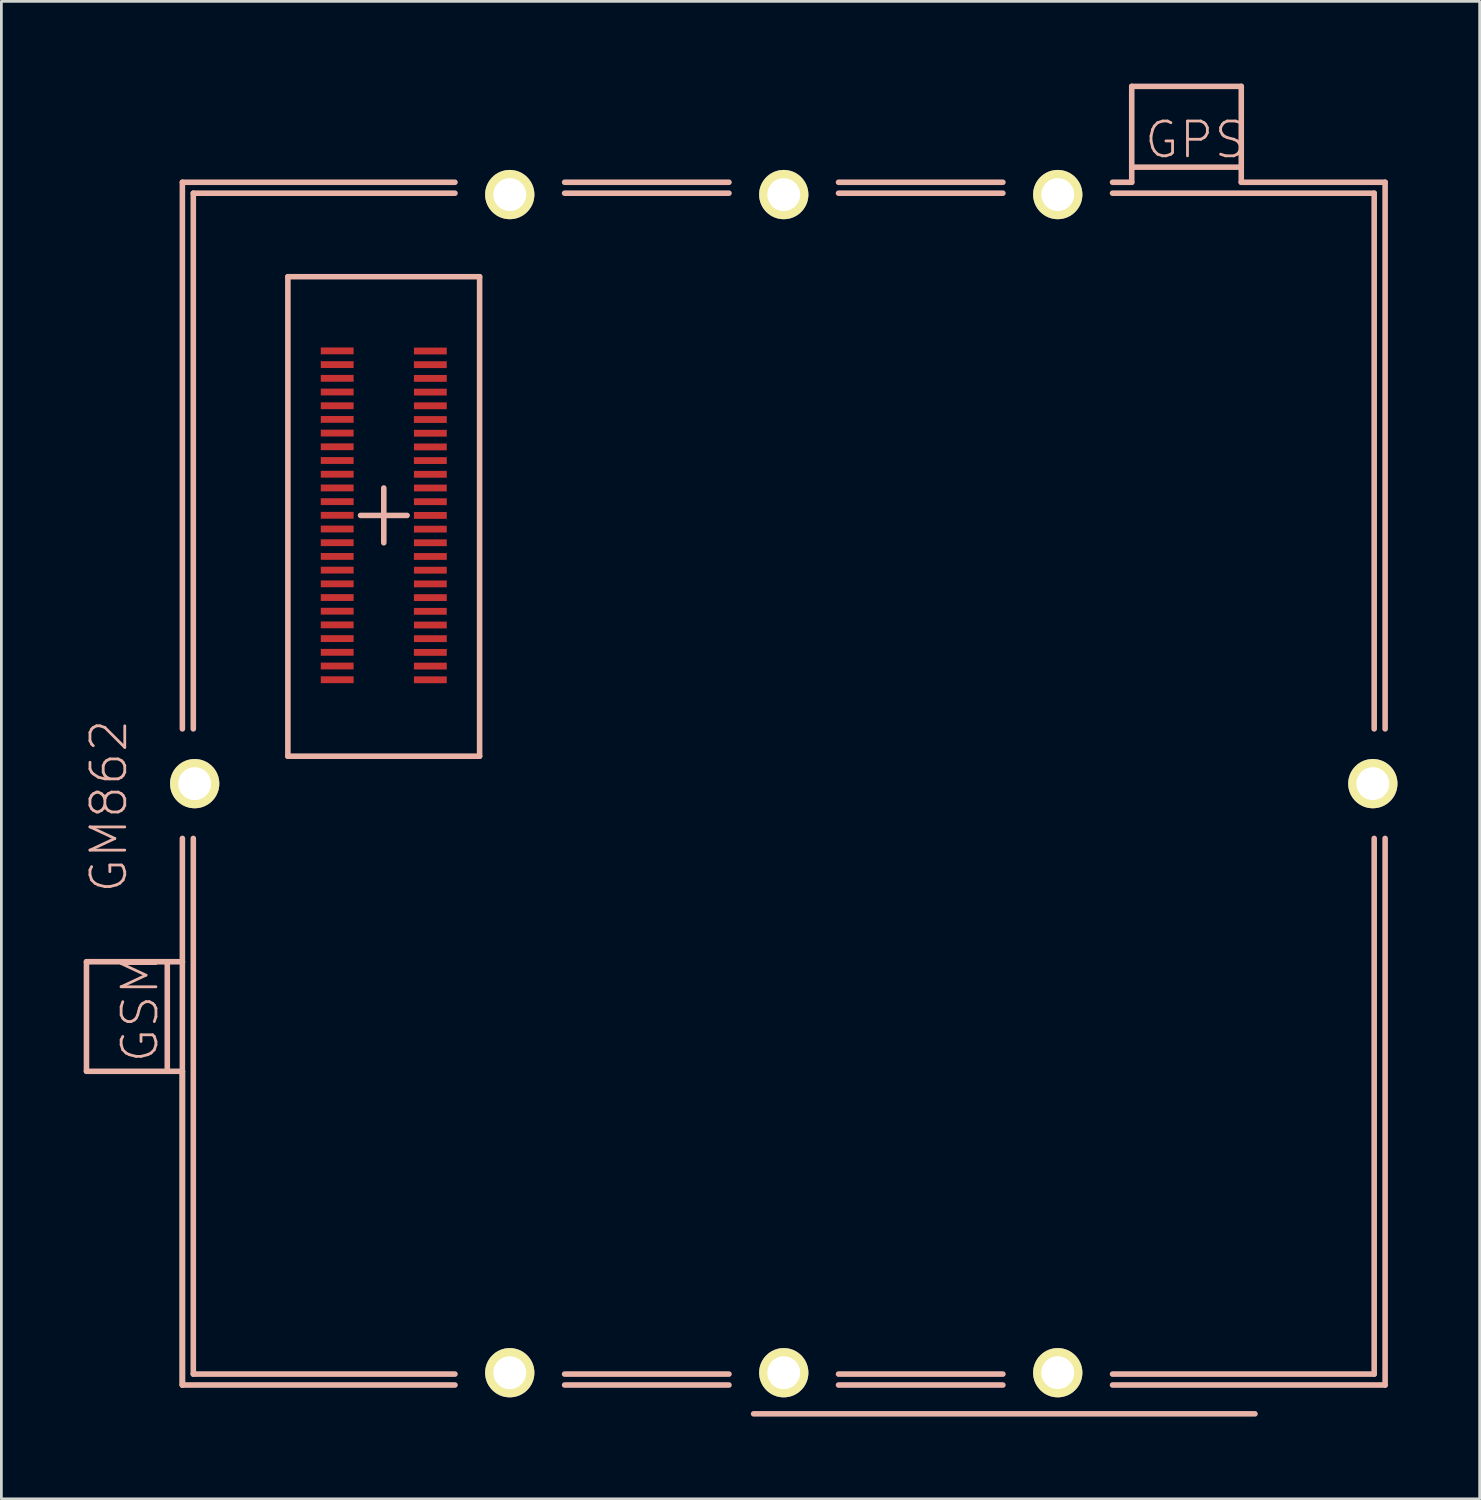
<source format=kicad_pcb>
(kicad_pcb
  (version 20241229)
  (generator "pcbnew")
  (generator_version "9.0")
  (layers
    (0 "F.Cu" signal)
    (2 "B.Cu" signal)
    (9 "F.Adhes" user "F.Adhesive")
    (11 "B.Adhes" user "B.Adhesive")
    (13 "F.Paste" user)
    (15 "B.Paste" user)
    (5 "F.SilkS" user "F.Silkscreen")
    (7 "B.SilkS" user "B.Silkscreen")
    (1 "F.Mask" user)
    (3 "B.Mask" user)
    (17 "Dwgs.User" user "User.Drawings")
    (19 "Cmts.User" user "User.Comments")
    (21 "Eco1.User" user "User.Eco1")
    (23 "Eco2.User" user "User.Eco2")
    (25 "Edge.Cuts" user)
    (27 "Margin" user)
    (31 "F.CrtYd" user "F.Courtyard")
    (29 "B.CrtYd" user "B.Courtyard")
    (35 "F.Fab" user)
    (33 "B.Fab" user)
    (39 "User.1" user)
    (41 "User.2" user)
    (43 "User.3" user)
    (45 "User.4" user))
  (footprint "GM862"
    (layer "F.Cu")
    (at 25.554 25.55)
    (property "Reference" "GM862" (at -24.633 0.823 90) (layer "B.SilkS") (effects (font (size 1.27 1.27) (thickness 0.102))))
    (attr smd)
    (fp_line (start -21.948 21.948) (end -21.948 10.498) (stroke (width 0.203) (type solid)) (layer "F.SilkS"))
    (fp_line (start -25.448 6.5) (end -22.499 6.5) (stroke (width 0.203) (type solid)) (layer "B.SilkS"))
    (fp_line (start -25.448 10.498) (end -25.448 6.5) (stroke (width 0.203) (type solid)) (layer "B.SilkS"))
    (fp_line (start -25.448 10.498) (end -22.499 10.498) (stroke (width 0.203) (type solid)) (layer "B.SilkS"))
    (fp_line (start -22.499 6.5) (end -21.948 6.5) (stroke (width 0.203) (type solid)) (layer "B.SilkS"))
    (fp_line (start -22.499 10.498) (end -22.499 6.5) (stroke (width 0.203) (type solid)) (layer "B.SilkS"))
    (fp_line (start -22.499 10.498) (end -21.948 10.498) (stroke (width 0.203) (type solid)) (layer "B.SilkS"))
    (fp_line (start -21.948 -21.948) (end -21.948 -1.999) (stroke (width 0.203) (type solid)) (layer "B.SilkS"))
    (fp_line (start -21.948 6.5) (end -21.948 1.999) (stroke (width 0.203) (type solid)) (layer "B.SilkS"))
    (fp_line (start -21.948 10.498) (end -21.948 6.5) (stroke (width 0.203) (type solid)) (layer "B.SilkS"))
    (fp_line (start -21.948 21.948) (end -21.948 10.498) (stroke (width 0.203) (type solid)) (layer "B.SilkS"))
    (fp_line (start -21.549 -21.549) (end -11.999 -21.549) (stroke (width 0.203) (type solid)) (layer "B.SilkS"))
    (fp_line (start -21.549 -1.999) (end -21.549 -21.549) (stroke (width 0.203) (type solid)) (layer "B.SilkS"))
    (fp_line (start -21.549 21.549) (end -21.549 1.999) (stroke (width 0.203) (type solid)) (layer "B.SilkS"))
    (fp_line (start -21.549 21.549) (end -11.999 21.549) (stroke (width 0.203) (type solid)) (layer "B.SilkS"))
    (fp_line (start -18.098 -18.501) (end -18.098 -1.001) (stroke (width 0.203) (type solid)) (layer "B.SilkS"))
    (fp_line (start -18.098 -1.001) (end -11.1 -1.001) (stroke (width 0.203) (type solid)) (layer "B.SilkS"))
    (fp_line (start -15.446 -9.789) (end -13.746 -9.789) (stroke (width 0.203) (type solid)) (layer "B.SilkS"))
    (fp_line (start -14.597 -8.791) (end -14.597 -10.79) (stroke (width 0.203) (type solid)) (layer "B.SilkS"))
    (fp_line (start -11.999 -21.948) (end -21.948 -21.948) (stroke (width 0.203) (type solid)) (layer "B.SilkS"))
    (fp_line (start -11.999 21.948) (end -21.948 21.948) (stroke (width 0.203) (type solid)) (layer "B.SilkS"))
    (fp_line (start -11.1 -18.501) (end -18.098 -18.501) (stroke (width 0.203) (type solid)) (layer "B.SilkS"))
    (fp_line (start -11.1 -1.001) (end -11.1 -18.501) (stroke (width 0.203) (type solid)) (layer "B.SilkS"))
    (fp_line (start -7.998 -21.948) (end -1.999 -21.948) (stroke (width 0.203) (type solid)) (layer "B.SilkS"))
    (fp_line (start -7.998 21.549) (end -1.999 21.549) (stroke (width 0.203) (type solid)) (layer "B.SilkS"))
    (fp_line (start -1.999 -21.549) (end -7.998 -21.549) (stroke (width 0.203) (type solid)) (layer "B.SilkS"))
    (fp_line (start -1.999 21.948) (end -7.998 21.948) (stroke (width 0.203) (type solid)) (layer "B.SilkS"))
    (fp_line (start -1.1 23) (end 17.198 23) (stroke (width 0.203) (type solid)) (layer "B.SilkS"))
    (fp_line (start 1.999 -21.948) (end 7.998 -21.948) (stroke (width 0.203) (type solid)) (layer "B.SilkS"))
    (fp_line (start 1.999 21.549) (end 7.998 21.549) (stroke (width 0.203) (type solid)) (layer "B.SilkS"))
    (fp_line (start 7.998 -21.549) (end 1.999 -21.549) (stroke (width 0.203) (type solid)) (layer "B.SilkS"))
    (fp_line (start 7.998 21.948) (end 1.999 21.948) (stroke (width 0.203) (type solid)) (layer "B.SilkS"))
    (fp_line (start 11.999 -21.948) (end 12.7 -21.948) (stroke (width 0.203) (type solid)) (layer "B.SilkS"))
    (fp_line (start 11.999 -21.549) (end 21.549 -21.549) (stroke (width 0.203) (type solid)) (layer "B.SilkS"))
    (fp_line (start 11.999 21.549) (end 21.549 21.549) (stroke (width 0.203) (type solid)) (layer "B.SilkS"))
    (fp_line (start 12.7 -25.448) (end 12.7 -22.499) (stroke (width 0.203) (type solid)) (layer "B.SilkS"))
    (fp_line (start 12.7 -25.448) (end 16.698 -25.448) (stroke (width 0.203) (type solid)) (layer "B.SilkS"))
    (fp_line (start 12.7 -22.499) (end 12.7 -21.948) (stroke (width 0.203) (type solid)) (layer "B.SilkS"))
    (fp_line (start 12.7 -22.499) (end 16.698 -22.499) (stroke (width 0.203) (type solid)) (layer "B.SilkS"))
    (fp_line (start 16.698 -25.448) (end 16.698 -22.499) (stroke (width 0.203) (type solid)) (layer "B.SilkS"))
    (fp_line (start 16.698 -22.499) (end 16.698 -21.948) (stroke (width 0.203) (type solid)) (layer "B.SilkS"))
    (fp_line (start 16.698 -21.948) (end 21.948 -21.948) (stroke (width 0.203) (type solid)) (layer "B.SilkS"))
    (fp_line (start 21.549 -1.999) (end 21.549 -21.549) (stroke (width 0.203) (type solid)) (layer "B.SilkS"))
    (fp_line (start 21.549 1.999) (end 21.549 21.549) (stroke (width 0.203) (type solid)) (layer "B.SilkS"))
    (fp_line (start 21.948 -21.948) (end 21.948 -1.999) (stroke (width 0.203) (type solid)) (layer "B.SilkS"))
    (fp_line (start 21.948 21.948) (end 11.999 21.948) (stroke (width 0.203) (type solid)) (layer "B.SilkS"))
    (fp_line (start 21.948 21.948) (end 21.948 1.999) (stroke (width 0.203) (type solid)) (layer "B.SilkS"))
    (fp_text user "GPS" (at 15.037 -23.495 0) (layer "B.SilkS") (effects (font (size 1.27 1.27) (thickness 0.102))))
    (fp_text user "GSM" (at -23.495 8.23 90) (layer "B.SilkS") (effects (font (size 1.27 1.27) (thickness 0.102))))
    (pad "1" smd rect (at -12.898 -3.79) (size 1.199 0.249) (layers "F.Cu" "F.Mask" "F.Paste"))
    (pad "2" smd rect (at -16.297 -3.792) (size 1.199 0.249) (layers "F.Cu" "F.Mask" "F.Paste"))
    (pad "3" smd rect (at -12.898 -4.29) (size 1.199 0.249) (layers "F.Cu" "F.Mask" "F.Paste"))
    (pad "4" smd rect (at -16.297 -4.293) (size 1.199 0.249) (layers "F.Cu" "F.Mask" "F.Paste"))
    (pad "5" smd rect (at -12.898 -4.79) (size 1.199 0.249) (layers "F.Cu" "F.Mask" "F.Paste"))
    (pad "6" smd rect (at -16.297 -4.793) (size 1.199 0.249) (layers "F.Cu" "F.Mask" "F.Paste"))
    (pad "7" smd rect (at -12.898 -5.291) (size 1.199 0.249) (layers "F.Cu" "F.Mask" "F.Paste"))
    (pad "8" smd rect (at -16.297 -5.293) (size 1.199 0.249) (layers "F.Cu" "F.Mask" "F.Paste"))
    (pad "9" smd rect (at -12.898 -5.789) (size 1.199 0.249) (layers "F.Cu" "F.Mask" "F.Paste"))
    (pad "10" smd rect (at -16.297 -5.794) (size 1.199 0.249) (layers "F.Cu" "F.Mask" "F.Paste"))
    (pad "11" smd rect (at -12.898 -6.289) (size 1.199 0.249) (layers "F.Cu" "F.Mask" "F.Paste"))
    (pad "12" smd rect (at -16.297 -6.294) (size 1.199 0.249) (layers "F.Cu" "F.Mask" "F.Paste"))
    (pad "13" smd rect (at -12.898 -6.789) (size 1.199 0.249) (layers "F.Cu" "F.Mask" "F.Paste"))
    (pad "14" smd rect (at -16.297 -6.792) (size 1.199 0.249) (layers "F.Cu" "F.Mask" "F.Paste"))
    (pad "15" smd rect (at -12.898 -7.29) (size 1.199 0.249) (layers "F.Cu" "F.Mask" "F.Paste"))
    (pad "16" smd rect (at -16.297 -7.292) (size 1.199 0.249) (layers "F.Cu" "F.Mask" "F.Paste"))
    (pad "17" smd rect (at -12.898 -7.79) (size 1.199 0.249) (layers "F.Cu" "F.Mask" "F.Paste"))
    (pad "18" smd rect (at -16.297 -7.793) (size 1.199 0.249) (layers "F.Cu" "F.Mask" "F.Paste"))
    (pad "19" smd rect (at -12.898 -8.291) (size 1.199 0.249) (layers "F.Cu" "F.Mask" "F.Paste"))
    (pad "20" smd rect (at -16.297 -8.293) (size 1.199 0.249) (layers "F.Cu" "F.Mask" "F.Paste"))
    (pad "21" smd rect (at -12.898 -8.791) (size 1.199 0.249) (layers "F.Cu" "F.Mask" "F.Paste"))
    (pad "22" smd rect (at -16.297 -8.793) (size 1.199 0.249) (layers "F.Cu" "F.Mask" "F.Paste"))
    (pad "23" smd rect (at -12.898 -9.289) (size 1.199 0.249) (layers "F.Cu" "F.Mask" "F.Paste"))
    (pad "24" smd rect (at -16.297 -9.294) (size 1.199 0.249) (layers "F.Cu" "F.Mask" "F.Paste"))
    (pad "25" smd rect (at -12.898 -9.789) (size 1.199 0.249) (layers "F.Cu" "F.Mask" "F.Paste"))
    (pad "26" smd rect (at -16.297 -9.794) (size 1.199 0.249) (layers "F.Cu" "F.Mask" "F.Paste"))
    (pad "27" smd rect (at -12.898 -10.29) (size 1.199 0.249) (layers "F.Cu" "F.Mask" "F.Paste"))
    (pad "28" smd rect (at -16.297 -10.292) (size 1.199 0.249) (layers "F.Cu" "F.Mask" "F.Paste"))
    (pad "29" smd rect (at -12.898 -10.79) (size 1.199 0.249) (layers "F.Cu" "F.Mask" "F.Paste"))
    (pad "30" smd rect (at -16.297 -10.792) (size 1.199 0.249) (layers "F.Cu" "F.Mask" "F.Paste"))
    (pad "31" smd rect (at -12.898 -11.29) (size 1.199 0.249) (layers "F.Cu" "F.Mask" "F.Paste"))
    (pad "32" smd rect (at -16.297 -11.293) (size 1.199 0.249) (layers "F.Cu" "F.Mask" "F.Paste"))
    (pad "33" smd rect (at -12.898 -11.791) (size 1.199 0.249) (layers "F.Cu" "F.Mask" "F.Paste"))
    (pad "34" smd rect (at -16.297 -11.793) (size 1.199 0.249) (layers "F.Cu" "F.Mask" "F.Paste"))
    (pad "35" smd rect (at -12.898 -12.289) (size 1.199 0.249) (layers "F.Cu" "F.Mask" "F.Paste"))
    (pad "36" smd rect (at -16.297 -12.294) (size 1.199 0.249) (layers "F.Cu" "F.Mask" "F.Paste"))
    (pad "37" smd rect (at -12.898 -12.789) (size 1.199 0.249) (layers "F.Cu" "F.Mask" "F.Paste"))
    (pad "38" smd rect (at -16.297 -12.794) (size 1.199 0.249) (layers "F.Cu" "F.Mask" "F.Paste"))
    (pad "39" smd rect (at -12.898 -13.289) (size 1.199 0.249) (layers "F.Cu" "F.Mask" "F.Paste"))
    (pad "40" smd rect (at -16.297 -13.294) (size 1.199 0.249) (layers "F.Cu" "F.Mask" "F.Paste"))
    (pad "41" smd rect (at -12.898 -13.79) (size 1.199 0.249) (layers "F.Cu" "F.Mask" "F.Paste"))
    (pad "42" smd rect (at -16.297 -13.792) (size 1.199 0.249) (layers "F.Cu" "F.Mask" "F.Paste"))
    (pad "43" smd rect (at -12.898 -14.29) (size 1.199 0.249) (layers "F.Cu" "F.Mask" "F.Paste"))
    (pad "44" smd rect (at -16.297 -14.293) (size 1.199 0.249) (layers "F.Cu" "F.Mask" "F.Paste"))
    (pad "45" smd rect (at -12.898 -14.79) (size 1.199 0.249) (layers "F.Cu" "F.Mask" "F.Paste"))
    (pad "46" smd rect (at -16.297 -14.793) (size 1.199 0.249) (layers "F.Cu" "F.Mask" "F.Paste"))
    (pad "47" smd rect (at -12.898 -15.291) (size 1.199 0.249) (layers "F.Cu" "F.Mask" "F.Paste"))
    (pad "48" smd rect (at -16.297 -15.293) (size 1.199 0.249) (layers "F.Cu" "F.Mask" "F.Paste"))
    (pad "49" smd rect (at -12.898 -15.789) (size 1.199 0.249) (layers "F.Cu" "F.Mask" "F.Paste"))
    (pad "50" smd rect (at -16.297 -15.794) (size 1.199 0.249) (layers "F.Cu" "F.Mask" "F.Paste"))
    (pad "G1" thru_hole circle (at -10 -21.499) (size 1.798 1.798) (drill 1.199) (layers "*.Cu" "F.Mask" "F.SilkS" "F.Paste"))
    (pad "G2" thru_hole circle (at 0 -21.499) (size 1.798 1.798) (drill 1.199) (layers "*.Cu" "F.Mask" "F.SilkS" "F.Paste"))
    (pad "G3" thru_hole circle (at 10 -21.499) (size 1.798 1.798) (drill 1.199) (layers "*.Cu" "F.Mask" "F.SilkS" "F.Paste"))
    (pad "G4" thru_hole circle (at 21.499 0) (size 1.798 1.798) (drill 1.199) (layers "*.Cu" "F.Mask" "F.SilkS" "F.Paste"))
    (pad "G5" thru_hole circle (at 10 21.499) (size 1.798 1.798) (drill 1.199) (layers "*.Cu" "F.Mask" "F.SilkS" "F.Paste"))
    (pad "G6" thru_hole circle (at 0 21.499) (size 1.798 1.798) (drill 1.199) (layers "*.Cu" "F.Mask" "F.SilkS" "F.Paste"))
    (pad "G7" thru_hole circle (at -10 21.499) (size 1.798 1.798) (drill 1.199) (layers "*.Cu" "F.Mask" "F.SilkS" "F.Paste"))
    (pad "G8" thru_hole circle (at -21.499 0) (size 1.798 1.798) (drill 1.199) (layers "*.Cu" "F.Mask" "F.SilkS" "F.Paste")))
  (gr_rect
    (start -3 -3)
    (end 50.952 51.651)
    (stroke (width 0.1) (type default))
    (fill no)
    (layer "Edge.Cuts")))
</source>
